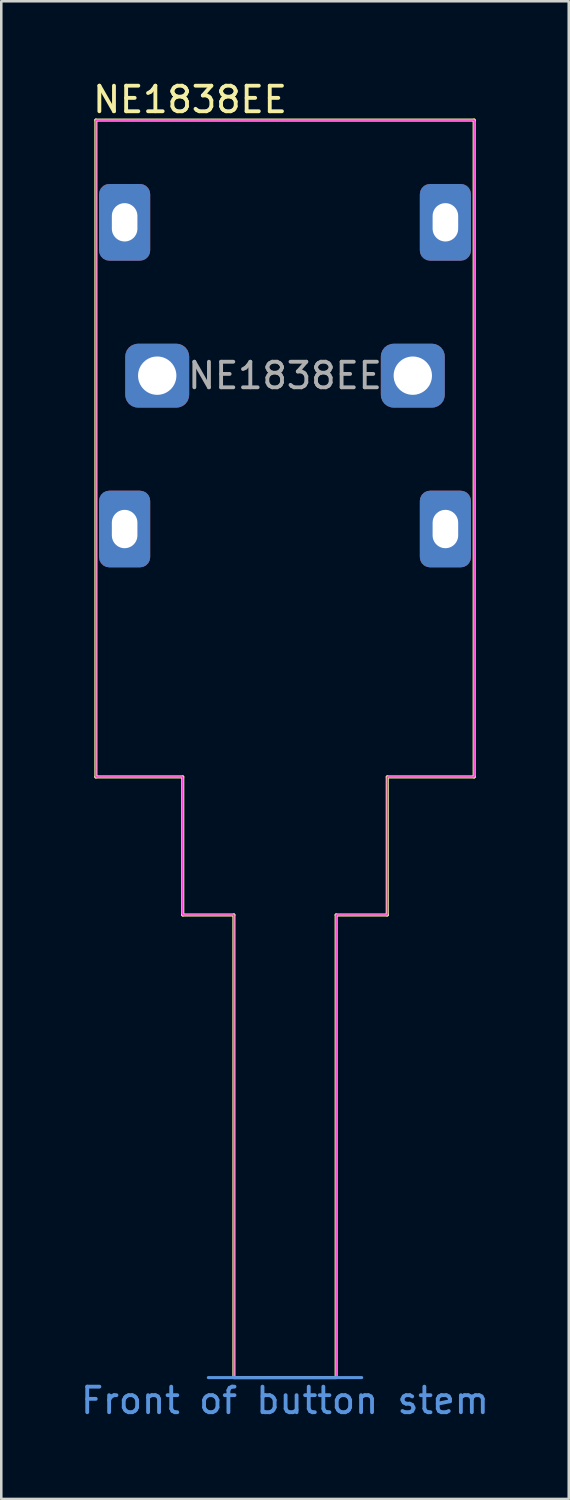
<source format=kicad_pcb>
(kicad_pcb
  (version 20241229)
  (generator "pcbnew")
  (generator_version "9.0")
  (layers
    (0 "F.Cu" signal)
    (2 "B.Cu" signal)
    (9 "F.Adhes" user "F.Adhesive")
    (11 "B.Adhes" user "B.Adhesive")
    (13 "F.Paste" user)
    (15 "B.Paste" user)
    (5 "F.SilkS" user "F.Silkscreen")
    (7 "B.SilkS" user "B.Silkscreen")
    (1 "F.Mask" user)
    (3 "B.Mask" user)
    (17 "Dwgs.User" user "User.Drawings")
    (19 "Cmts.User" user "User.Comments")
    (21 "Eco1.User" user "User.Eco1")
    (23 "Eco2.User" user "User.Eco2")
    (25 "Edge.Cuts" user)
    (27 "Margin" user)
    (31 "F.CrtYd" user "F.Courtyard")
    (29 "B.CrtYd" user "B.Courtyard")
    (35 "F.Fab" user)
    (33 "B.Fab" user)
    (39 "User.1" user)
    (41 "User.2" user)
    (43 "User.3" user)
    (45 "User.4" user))
  (footprint "NE1838EE"
    (layer "F.Cu")
    (at 8.101 1.648)
    (property "Reference" "NE1838EE" (at -7.6 -0.8 0) (unlocked yes) (layer "F.SilkS") (effects (font (size 1 1) (thickness 0.15)) (justify left)))
    (attr through_hole)
    (fp_line (start -7.4 0) (end -7.4 25.7) (stroke (width 0.12) (type default)) (layer "F.SilkS"))
    (fp_line (start -7.4 0) (end 7.4 0) (stroke (width 0.12) (type default)) (layer "F.SilkS"))
    (fp_line (start -7.4 25.7) (end -4 25.7) (stroke (width 0.12) (type default)) (layer "F.SilkS"))
    (fp_line (start -4 25.7) (end -4 31.1) (stroke (width 0.12) (type default)) (layer "F.SilkS"))
    (fp_line (start -2 31.1) (end -4 31.1) (stroke (width 0.12) (type default)) (layer "F.SilkS"))
    (fp_line (start -2 31.1) (end -2 49.2) (stroke (width 0.12) (type default)) (layer "F.SilkS"))
    (fp_line (start -2 49.2) (end 2 49.2) (stroke (width 0.12) (type default)) (layer "F.SilkS"))
    (fp_line (start 2 31.1) (end 2 49.2) (stroke (width 0.12) (type default)) (layer "F.SilkS"))
    (fp_line (start 4 25.7) (end 4 31.1) (stroke (width 0.12) (type default)) (layer "F.SilkS"))
    (fp_line (start 4 25.7) (end 7.4 25.7) (stroke (width 0.12) (type default)) (layer "F.SilkS"))
    (fp_line (start 4 31.1) (end 2 31.1) (stroke (width 0.12) (type default)) (layer "F.SilkS"))
    (fp_line (start 7.4 0) (end 7.4 25.7) (stroke (width 0.12) (type default)) (layer "F.SilkS"))
    (fp_line (start -3 49.2) (end 3 49.2) (stroke (width 0.12) (type default)) (layer "Cmts.User"))
    (fp_poly (pts (xy 7.4 25.7) (xy 4 25.7) (xy 4 31.1) (xy 2 31.1) (xy 2 49.2) (xy -2 49.2) (xy -2 31.1) (xy -4 31.1) (xy -4 25.7) (xy -7.4 25.7) (xy -7.4 0) (xy 7.4 0)) (stroke (width 0.05) (type solid)) (fill no) (layer "F.CrtYd"))
    (fp_text user "Front of button stem" (at 0 50.1 0) (unlocked yes) (layer "Cmts.User") (effects (font (size 1 1) (thickness 0.15))))
    (fp_text user "${REFERENCE}" (at 0 10 0) (unlocked yes) (layer "F.Fab") (effects (font (size 1 1) (thickness 0.15))))
    (pad "A_{1}" thru_hole roundrect (at -6.275 4) (size 2 3) (drill oval 1 1.5) (layers "*.Cu" "*.Mask") (roundrect_rratio 0.2))
    (pad "A_{2}" thru_hole roundrect (at 6.275 4) (size 2 3) (drill oval 1 1.5) (layers "*.Cu" "*.Mask") (roundrect_rratio 0.2))
    (pad "P_{1}" thru_hole roundrect (at -5 10) (size 2.5 2.5) (drill 1.5) (layers "*.Cu" "*.Mask") (roundrect_rratio 0.2))
    (pad "P_{2}" thru_hole roundrect (at 5 10) (size 2.5 2.5) (drill 1.5) (layers "*.Cu" "*.Mask") (roundrect_rratio 0.2))
    (pad "R_{1}" thru_hole roundrect (at -6.275 16) (size 2 3) (drill oval 1 1.5) (layers "*.Cu" "*.Mask") (roundrect_rratio 0.2))
    (pad "R_{2}" thru_hole roundrect (at 6.275 16) (size 2 3) (drill oval 1 1.5) (layers "*.Cu" "*.Mask") (roundrect_rratio 0.2)))
  (gr_rect
    (start -3 -3)
    (end 19.202 55.596)
    (stroke (width 0.1) (type default))
    (fill no)
    (layer "Edge.Cuts")))
</source>
